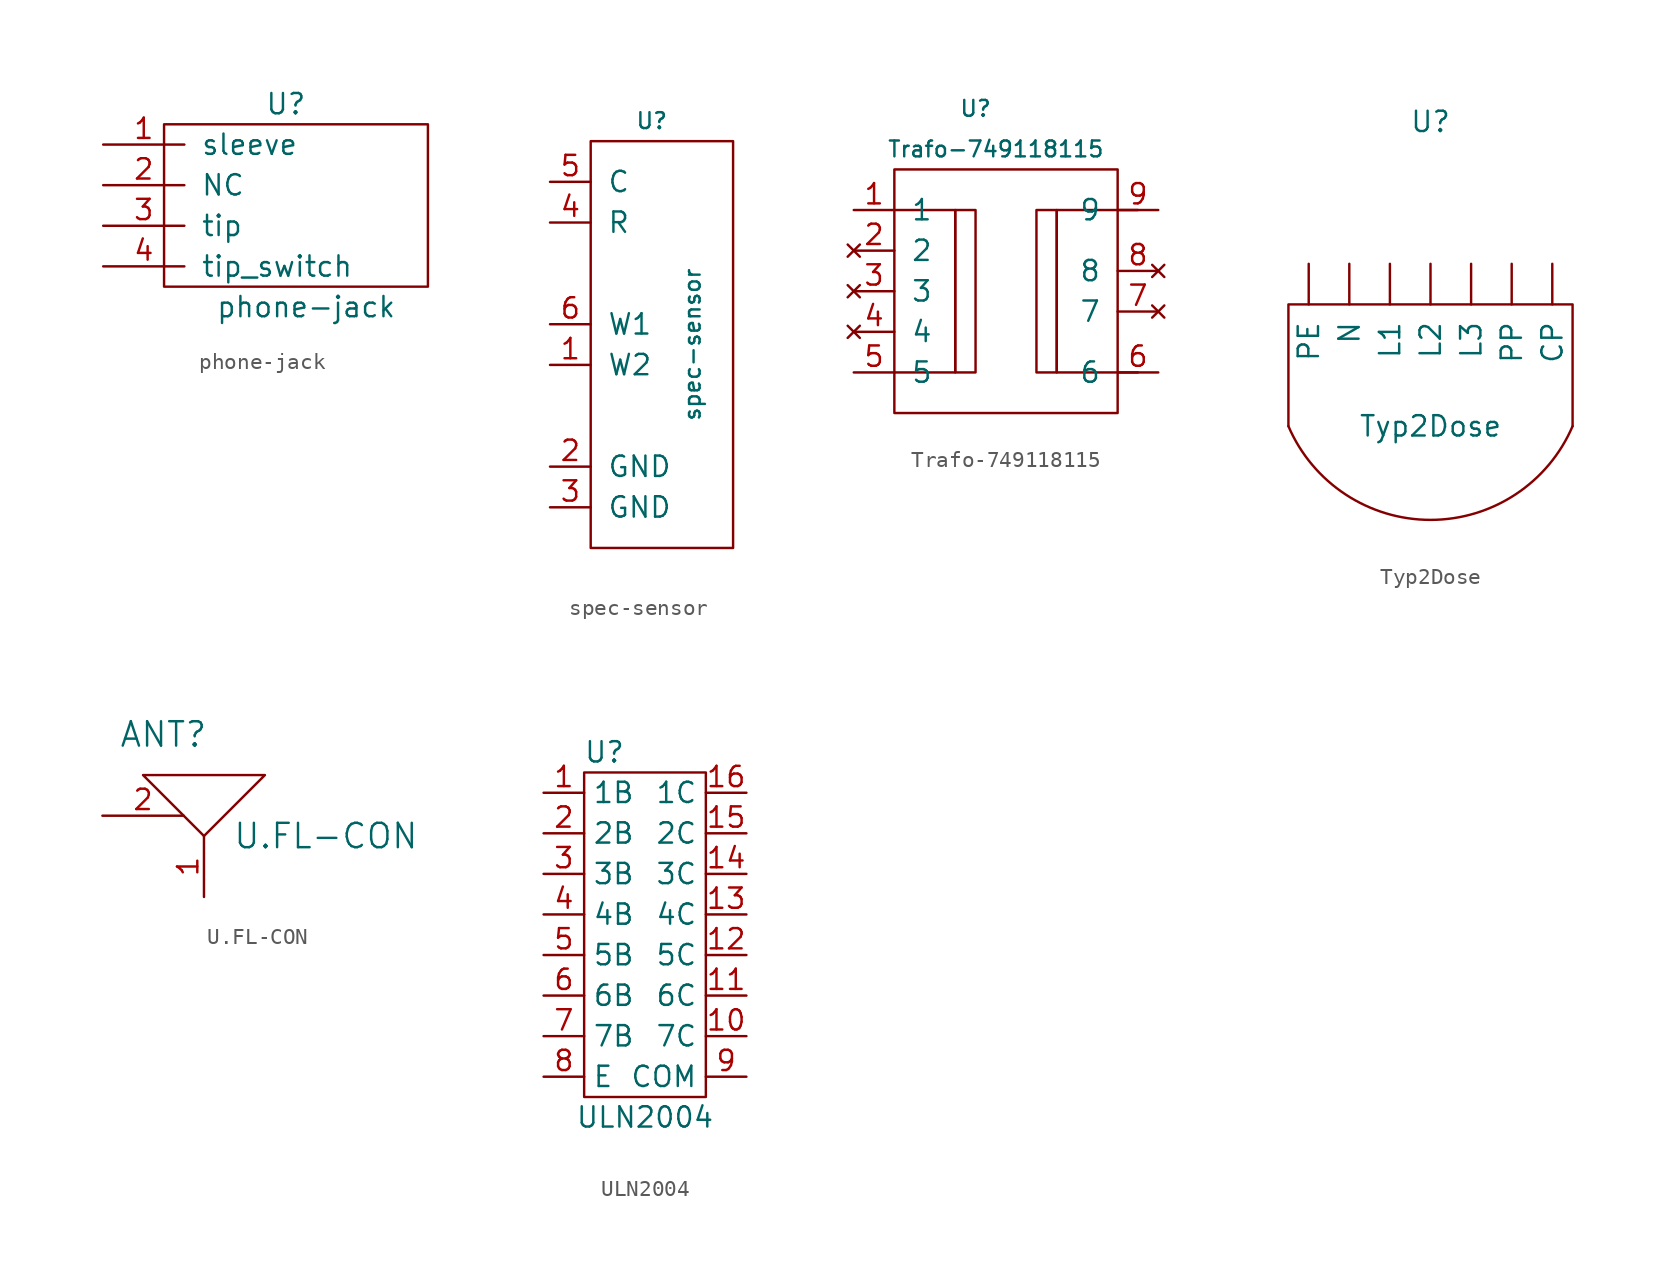
<source format=kicad_sym>
(kicad_symbol_lib
  (version 20211014)
  (generator kicad_symbol_editor)
  (symbol "phone-jack"
    (pin_names
      (offset 1.016))
    (property "Reference" "U"
      (at 1.27 6.35 0)
      (effects (font (size 1.27 1.27))))
    (property "Value" "phone-jack"
      (at 2.54 -6.35 0)
      (effects (font (size 1.27 1.27))))
    (symbol "phone-jack_0_0"
      (rectangle (start -6.35 5.08) (end 10.16 -5.08) (stroke (width 0) (type default) (color 0 0 0 0)) (fill (type none))))
    (symbol "phone-jack_1_1"
      (pin input line (at -10.16 3.81 0) (length 5.08) (name "sleeve" (effects (font (size 1.27 1.27)))) (number "1" (effects (font (size 1.27 1.27)))))
      (pin input line (at -10.16 1.27 0) (length 5.08) (name "NC" (effects (font (size 1.27 1.27)))) (number "2" (effects (font (size 1.27 1.27)))))
      (pin input line (at -10.16 -1.27 0) (length 5.08) (name "tip" (effects (font (size 1.27 1.27)))) (number "3" (effects (font (size 1.27 1.27)))))
      (pin input line (at -10.16 -3.81 0) (length 5.08) (name "tip_switch" (effects (font (size 1.27 1.27)))) (number "4" (effects (font (size 1.27 1.27)))))))
  (symbol "spec-sensor"
    (pin_names
      (offset 1.016))
    (property "Reference" "U"
      (at 1.27 13.97 0)
      (effects (font (size 0.991 0.991))))
    (property "Value" "spec-sensor"
      (at 3.81 0 90)
      (effects (font (size 0.991 0.991))))
    (symbol "spec-sensor_0_1"
      (rectangle (start -2.54 12.7) (end 6.35 -12.7) (stroke (width 0) (type default) (color 0 0 0 0)) (fill (type none))))
    (symbol "spec-sensor_1_1"
      (pin passive line (at -5.08 -1.27 0) (length 2.54) (name "W2" (effects (font (size 1.27 1.27)))) (number "1" (effects (font (size 1.27 1.27)))))
      (pin passive line (at -5.08 -7.62 0) (length 2.54) (name "GND" (effects (font (size 1.27 1.27)))) (number "2" (effects (font (size 1.27 1.27)))))
      (pin passive line (at -5.08 -10.16 0) (length 2.54) (name "GND" (effects (font (size 1.27 1.27)))) (number "3" (effects (font (size 1.27 1.27)))))
      (pin passive line (at -5.08 7.62 0) (length 2.54) (name "R" (effects (font (size 1.27 1.27)))) (number "4" (effects (font (size 1.27 1.27)))))
      (pin passive line (at -5.08 10.16 0) (length 2.54) (name "C" (effects (font (size 1.27 1.27)))) (number "5" (effects (font (size 1.27 1.27)))))
      (pin passive line (at -5.08 1.27 0) (length 2.54) (name "W1" (effects (font (size 1.27 1.27)))) (number "6" (effects (font (size 1.27 1.27)))))))
  (symbol "Trafo-749118115"
    (pin_names
      (offset 1.016))
    (property "Reference" "U"
      (at -1.27 11.43 0)
      (effects (font (size 0.991 0.991))))
    (property "Value" "Trafo-749118115"
      (at 0 8.89 0)
      (effects (font (size 0.991 0.991))))
    (symbol "Trafo-749118115_0_1"
      (rectangle (start -6.35 7.62) (end 7.62 -7.62) (stroke (width 0) (type default) (color 0 0 0 0)) (fill (type none)))
      (rectangle (start -2.54 5.08) (end -1.27 -5.08) (stroke (width 0) (type default) (color 0 0 0 0)) (fill (type none)))
      (polyline (pts (xy -6.35 5.08) (xy -2.54 5.08) (xy -2.54 -5.08) (xy -6.35 -5.08)) (stroke (width 0) (type default) (color 0 0 0 0)) (fill (type none)))
      (polyline (pts (xy 8.89 5.08) (xy 3.81 5.08) (xy 3.81 -5.08) (xy 8.89 -5.08)) (stroke (width 0) (type default) (color 0 0 0 0)) (fill (type none)))
      (rectangle (start 3.81 5.08) (end 2.54 -5.08) (stroke (width 0) (type default) (color 0 0 0 0)) (fill (type none))))
    (symbol "Trafo-749118115_1_1"
      (pin input line (at -8.89 5.08 0) (length 2.54) (name "1" (effects (font (size 1.27 1.27)))) (number "1" (effects (font (size 1.27 1.27)))))
      (pin no_connect line (at -8.89 2.54 0) (length 2.54) (name "2" (effects (font (size 1.27 1.27)))) (number "2" (effects (font (size 1.27 1.27)))))
      (pin no_connect line (at -8.89 0 0) (length 2.54) (name "3" (effects (font (size 1.27 1.27)))) (number "3" (effects (font (size 1.27 1.27)))))
      (pin no_connect line (at -8.89 -2.54 0) (length 2.54) (name "4" (effects (font (size 1.27 1.27)))) (number "4" (effects (font (size 1.27 1.27)))))
      (pin input line (at -8.89 -5.08 0) (length 2.54) (name "5" (effects (font (size 1.27 1.27)))) (number "5" (effects (font (size 1.27 1.27)))))
      (pin input line (at 10.16 -5.08 180) (length 2.54) (name "6" (effects (font (size 1.27 1.27)))) (number "6" (effects (font (size 1.27 1.27)))))
      (pin no_connect line (at 10.16 -1.27 180) (length 2.54) (name "7" (effects (font (size 1.27 1.27)))) (number "7" (effects (font (size 1.27 1.27)))))
      (pin no_connect line (at 10.16 1.27 180) (length 2.54) (name "8" (effects (font (size 1.27 1.27)))) (number "8" (effects (font (size 1.27 1.27)))))
      (pin input line (at 10.16 5.08 180) (length 2.54) (name "9" (effects (font (size 1.27 1.27)))) (number "9" (effects (font (size 1.27 1.27)))))))
  (symbol "Typ2Dose"
    (pin_names
      (offset 1.016))
    (property "Reference" "U"
      (at 0 16.51 0)
      (effects (font (size 1.27 1.27))))
    (property "Value" "Typ2Dose"
      (at 0 -2.54 0)
      (effects (font (size 1.27 1.27))))
    (symbol "Typ2Dose_0_1"
      (arc (start -8.89 -2.54) (mid 0 -8.402) (end 8.89 -2.54) (stroke (width 0) (type default) (color 0 0 0 0)) (fill (type none)))
      (polyline (pts (xy 8.89 -2.54) (xy 8.89 5.08) (xy -8.89 5.08) (xy -8.89 -2.54)) (stroke (width 0) (type default) (color 0 0 0 0)) (fill (type none))))
    (symbol "Typ2Dose_1_1"
      (pin output line (at 7.62 7.62 270) (length 2.54) (name "CP" (effects (font (size 1.27 1.27)))) (number "~" (effects (font (size 1.27 1.27)))))
      (pin output line (at -2.54 7.62 270) (length 2.54) (name "L1" (effects (font (size 1.27 1.27)))) (number "~" (effects (font (size 1.27 1.27)))))
      (pin output line (at 0 7.62 270) (length 2.54) (name "L2" (effects (font (size 1.27 1.27)))) (number "~" (effects (font (size 1.27 1.27)))))
      (pin output line (at 2.54 7.62 270) (length 2.54) (name "L3" (effects (font (size 1.27 1.27)))) (number "~" (effects (font (size 1.27 1.27)))))
      (pin output line (at -5.08 7.62 270) (length 2.54) (name "N" (effects (font (size 1.27 1.27)))) (number "~" (effects (font (size 1.27 1.27)))))
      (pin output line (at -7.62 7.62 270) (length 2.54) (name "PE" (effects (font (size 1.27 1.27)))) (number "~" (effects (font (size 1.27 1.27)))))
      (pin output line (at 5.08 7.62 270) (length 2.54) (name "PP" (effects (font (size 1.27 1.27)))) (number "~" (effects (font (size 1.27 1.27)))))))
  (symbol "U.FL-CON"
    (pin_names
      (offset 1.016))
    (property "Reference" "ANT"
      (at -2.54 6.35 0)
      (effects (font (size 1.524 1.524))))
    (property "Value" "U.FL-CON"
      (at 7.62 0 0)
      (effects (font (size 1.524 1.524))))
    (property "Footprint" ""
      (at 0 0 0)
      (effects (font (size 1.524 1.524))))
    (property "Datasheet" ""
      (at 0 0 0)
      (effects (font (size 1.524 1.524))))
    (symbol "U.FL-CON_0_1"
      (polyline (pts (xy 0 0) (xy -3.81 3.81) (xy 3.81 3.81) (xy 0 0)) (stroke (width 0) (type default) (color 0 0 0 0)) (fill (type none))))
    (symbol "U.FL-CON_1_1"
      (pin input line (at 0 -3.81 90) (length 3.81) (name "~" (effects (font (size 1.27 1.27)))) (number "1" (effects (font (size 1.27 1.27)))))
      (pin input line (at -6.35 1.27 0) (length 5.08) (name "~" (effects (font (size 1.27 1.27)))) (number "2" (effects (font (size 1.27 1.27)))))))
  (symbol "ULN2004"
    (property "Reference" "U"
      (at -2.54 11.43 0)
      (effects (font (size 1.27 1.27))))
    (property "Value" "ULN2004"
      (at 0 -11.43 0)
      (effects (font (size 1.27 1.27))))
    (symbol "ULN2004_0_1"
      (rectangle (start -3.81 10.16) (end 3.81 -10.16) (stroke (width 0.152) (type default) (color 0 0 0 0)) (fill (type none))))
    (symbol "ULN2004_1_1"
      (pin passive line (at -6.35 8.89 0) (length 2.54) (name "1B" (effects (font (size 1.27 1.27)))) (number "1" (effects (font (size 1.27 1.27)))))
      (pin passive line (at 6.35 -6.35 180) (length 2.54) (name "7C" (effects (font (size 1.27 1.27)))) (number "10" (effects (font (size 1.27 1.27)))))
      (pin passive line (at 6.35 -3.81 180) (length 2.54) (name "6C" (effects (font (size 1.27 1.27)))) (number "11" (effects (font (size 1.27 1.27)))))
      (pin passive line (at 6.35 -1.27 180) (length 2.54) (name "5C" (effects (font (size 1.27 1.27)))) (number "12" (effects (font (size 1.27 1.27)))))
      (pin passive line (at 6.35 1.27 180) (length 2.54) (name "4C" (effects (font (size 1.27 1.27)))) (number "13" (effects (font (size 1.27 1.27)))))
      (pin passive line (at 6.35 3.81 180) (length 2.54) (name "3C" (effects (font (size 1.27 1.27)))) (number "14" (effects (font (size 1.27 1.27)))))
      (pin passive line (at 6.35 6.35 180) (length 2.54) (name "2C" (effects (font (size 1.27 1.27)))) (number "15" (effects (font (size 1.27 1.27)))))
      (pin passive line (at 6.35 8.89 180) (length 2.54) (name "1C" (effects (font (size 1.27 1.27)))) (number "16" (effects (font (size 1.27 1.27)))))
      (pin passive line (at -6.35 6.35 0) (length 2.54) (name "2B" (effects (font (size 1.27 1.27)))) (number "2" (effects (font (size 1.27 1.27)))))
      (pin passive line (at -6.35 3.81 0) (length 2.54) (name "3B" (effects (font (size 1.27 1.27)))) (number "3" (effects (font (size 1.27 1.27)))))
      (pin passive line (at -6.35 1.27 0) (length 2.54) (name "4B" (effects (font (size 1.27 1.27)))) (number "4" (effects (font (size 1.27 1.27)))))
      (pin passive line (at -6.35 -1.27 0) (length 2.54) (name "5B" (effects (font (size 1.27 1.27)))) (number "5" (effects (font (size 1.27 1.27)))))
      (pin passive line (at -6.35 -3.81 0) (length 2.54) (name "6B" (effects (font (size 1.27 1.27)))) (number "6" (effects (font (size 1.27 1.27)))))
      (pin passive line (at -6.35 -6.35 0) (length 2.54) (name "7B" (effects (font (size 1.27 1.27)))) (number "7" (effects (font (size 1.27 1.27)))))
      (pin passive line (at -6.35 -8.89 0) (length 2.54) (name "E" (effects (font (size 1.27 1.27)))) (number "8" (effects (font (size 1.27 1.27)))))
      (pin passive line (at 6.35 -8.89 180) (length 2.54) (name "COM" (effects (font (size 1.27 1.27)))) (number "9" (effects (font (size 1.27 1.27))))))))
</source>
